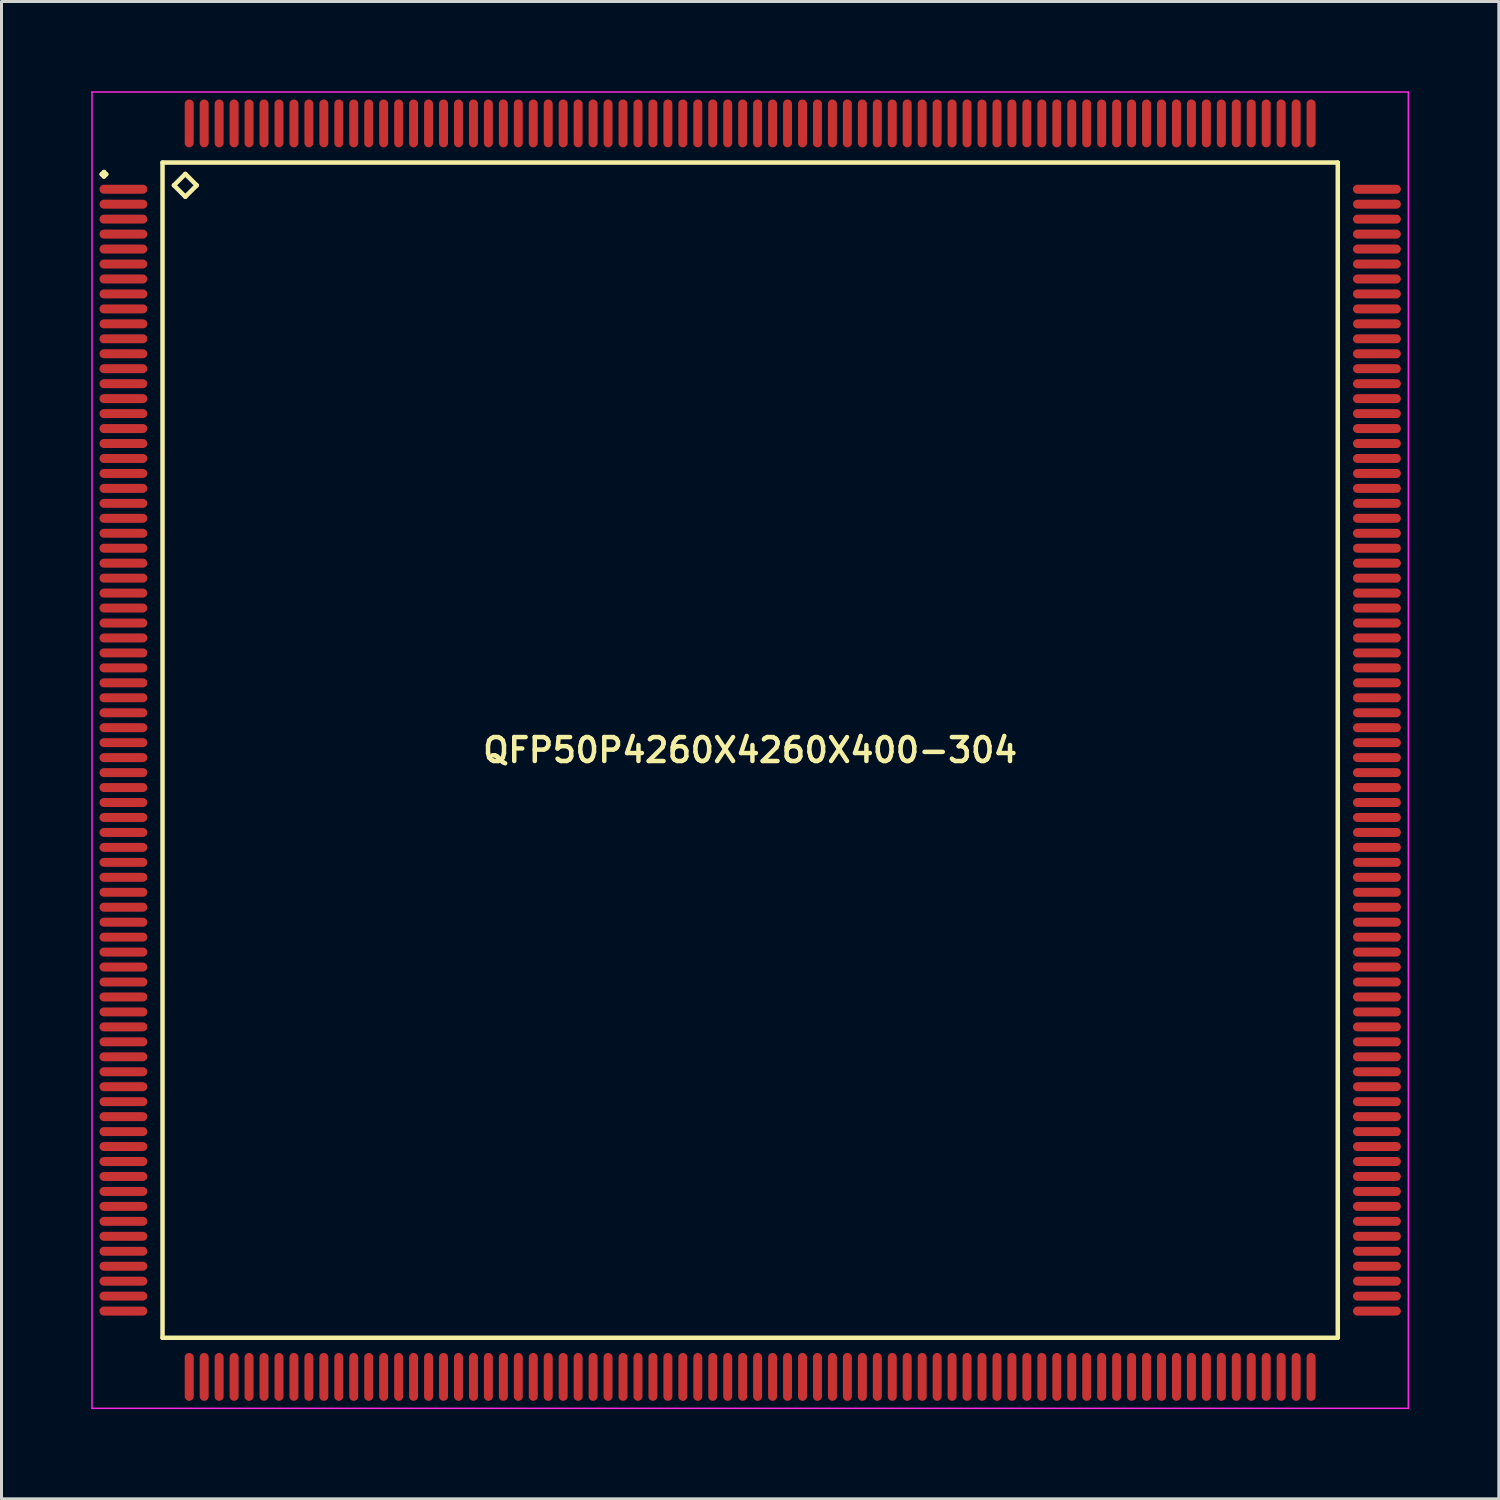
<source format=kicad_pcb>
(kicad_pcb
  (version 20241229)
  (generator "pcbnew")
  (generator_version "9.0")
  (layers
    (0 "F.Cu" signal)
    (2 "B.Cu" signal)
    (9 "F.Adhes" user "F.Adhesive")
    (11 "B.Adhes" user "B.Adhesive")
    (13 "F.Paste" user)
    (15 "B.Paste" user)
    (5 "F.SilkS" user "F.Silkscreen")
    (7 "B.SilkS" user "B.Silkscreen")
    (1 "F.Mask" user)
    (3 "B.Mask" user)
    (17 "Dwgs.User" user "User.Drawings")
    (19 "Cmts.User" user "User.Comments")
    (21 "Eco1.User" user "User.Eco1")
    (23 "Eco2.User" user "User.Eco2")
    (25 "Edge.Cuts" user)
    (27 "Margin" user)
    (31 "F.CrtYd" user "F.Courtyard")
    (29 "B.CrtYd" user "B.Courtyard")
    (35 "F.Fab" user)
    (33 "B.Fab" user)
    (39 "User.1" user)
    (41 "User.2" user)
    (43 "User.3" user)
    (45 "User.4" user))
  (footprint "QFP50P4260X4260X400-304"
    (layer "F.Cu")
    (at 22.025 22.025)
    (property "Reference" "QFP50P4260X4260X400-304" (at 0 0 0) (layer "F.SilkS") (effects (font (size 0.8 0.8) (thickness 0.15))))
    (attr smd)
    (fp_line (start -21.675 -19.25) (end -21.6 -19.325) (stroke (width 0.15) (type solid)) (layer "F.SilkS"))
    (fp_line (start -21.6 -19.325) (end -21.525 -19.25) (stroke (width 0.15) (type solid)) (layer "F.SilkS"))
    (fp_line (start -21.6 -19.175) (end -21.675 -19.25) (stroke (width 0.15) (type solid)) (layer "F.SilkS"))
    (fp_line (start -21.525 -19.25) (end -21.6 -19.175) (stroke (width 0.15) (type solid)) (layer "F.SilkS"))
    (fp_line (start -19.642 -19.642) (end -19.642 19.642) (stroke (width 0.15) (type solid)) (layer "F.SilkS"))
    (fp_line (start -19.642 19.642) (end 19.642 19.642) (stroke (width 0.15) (type solid)) (layer "F.SilkS"))
    (fp_line (start -19.261 -18.88) (end -18.88 -19.261) (stroke (width 0.15) (type solid)) (layer "F.SilkS"))
    (fp_line (start -18.88 -19.261) (end -18.499 -18.88) (stroke (width 0.15) (type solid)) (layer "F.SilkS"))
    (fp_line (start -18.88 -18.499) (end -19.261 -18.88) (stroke (width 0.15) (type solid)) (layer "F.SilkS"))
    (fp_line (start -18.499 -18.88) (end -18.88 -18.499) (stroke (width 0.15) (type solid)) (layer "F.SilkS"))
    (fp_line (start 19.642 -19.642) (end -19.642 -19.642) (stroke (width 0.15) (type solid)) (layer "F.SilkS"))
    (fp_line (start 19.642 19.642) (end 19.642 -19.642) (stroke (width 0.15) (type solid)) (layer "F.SilkS"))
    (fp_line (start -22 -22) (end 22 -22) (stroke (width 0.05) (type solid)) (layer "F.CrtYd"))
    (fp_line (start -22 22) (end -22 -22) (stroke (width 0.05) (type solid)) (layer "F.CrtYd"))
    (fp_line (start 22 -22) (end 22 22) (stroke (width 0.05) (type solid)) (layer "F.CrtYd"))
    (fp_line (start 22 22) (end -22 22) (stroke (width 0.05) (type solid)) (layer "F.CrtYd"))
    (pad "1" smd oval (at -20.95 -18.75) (size 1.6 0.3) (layers "F.Cu" "F.Mask" "F.Paste"))
    (pad "2" smd oval (at -20.95 -18.25) (size 1.6 0.3) (layers "F.Cu" "F.Mask" "F.Paste"))
    (pad "3" smd oval (at -20.95 -17.75) (size 1.6 0.3) (layers "F.Cu" "F.Mask" "F.Paste"))
    (pad "4" smd oval (at -20.95 -17.25) (size 1.6 0.3) (layers "F.Cu" "F.Mask" "F.Paste"))
    (pad "5" smd oval (at -20.95 -16.75) (size 1.6 0.3) (layers "F.Cu" "F.Mask" "F.Paste"))
    (pad "6" smd oval (at -20.95 -16.25) (size 1.6 0.3) (layers "F.Cu" "F.Mask" "F.Paste"))
    (pad "7" smd oval (at -20.95 -15.75) (size 1.6 0.3) (layers "F.Cu" "F.Mask" "F.Paste"))
    (pad "8" smd oval (at -20.95 -15.25) (size 1.6 0.3) (layers "F.Cu" "F.Mask" "F.Paste"))
    (pad "9" smd oval (at -20.95 -14.75) (size 1.6 0.3) (layers "F.Cu" "F.Mask" "F.Paste"))
    (pad "10" smd oval (at -20.95 -14.25) (size 1.6 0.3) (layers "F.Cu" "F.Mask" "F.Paste"))
    (pad "11" smd oval (at -20.95 -13.75) (size 1.6 0.3) (layers "F.Cu" "F.Mask" "F.Paste"))
    (pad "12" smd oval (at -20.95 -13.25) (size 1.6 0.3) (layers "F.Cu" "F.Mask" "F.Paste"))
    (pad "13" smd oval (at -20.95 -12.75) (size 1.6 0.3) (layers "F.Cu" "F.Mask" "F.Paste"))
    (pad "14" smd oval (at -20.95 -12.25) (size 1.6 0.3) (layers "F.Cu" "F.Mask" "F.Paste"))
    (pad "15" smd oval (at -20.95 -11.75) (size 1.6 0.3) (layers "F.Cu" "F.Mask" "F.Paste"))
    (pad "16" smd oval (at -20.95 -11.25) (size 1.6 0.3) (layers "F.Cu" "F.Mask" "F.Paste"))
    (pad "17" smd oval (at -20.95 -10.75) (size 1.6 0.3) (layers "F.Cu" "F.Mask" "F.Paste"))
    (pad "18" smd oval (at -20.95 -10.25) (size 1.6 0.3) (layers "F.Cu" "F.Mask" "F.Paste"))
    (pad "19" smd oval (at -20.95 -9.75) (size 1.6 0.3) (layers "F.Cu" "F.Mask" "F.Paste"))
    (pad "20" smd oval (at -20.95 -9.25) (size 1.6 0.3) (layers "F.Cu" "F.Mask" "F.Paste"))
    (pad "21" smd oval (at -20.95 -8.75) (size 1.6 0.3) (layers "F.Cu" "F.Mask" "F.Paste"))
    (pad "22" smd oval (at -20.95 -8.25) (size 1.6 0.3) (layers "F.Cu" "F.Mask" "F.Paste"))
    (pad "23" smd oval (at -20.95 -7.75) (size 1.6 0.3) (layers "F.Cu" "F.Mask" "F.Paste"))
    (pad "24" smd oval (at -20.95 -7.25) (size 1.6 0.3) (layers "F.Cu" "F.Mask" "F.Paste"))
    (pad "25" smd oval (at -20.95 -6.75) (size 1.6 0.3) (layers "F.Cu" "F.Mask" "F.Paste"))
    (pad "26" smd oval (at -20.95 -6.25) (size 1.6 0.3) (layers "F.Cu" "F.Mask" "F.Paste"))
    (pad "27" smd oval (at -20.95 -5.75) (size 1.6 0.3) (layers "F.Cu" "F.Mask" "F.Paste"))
    (pad "28" smd oval (at -20.95 -5.25) (size 1.6 0.3) (layers "F.Cu" "F.Mask" "F.Paste"))
    (pad "29" smd oval (at -20.95 -4.75) (size 1.6 0.3) (layers "F.Cu" "F.Mask" "F.Paste"))
    (pad "30" smd oval (at -20.95 -4.25) (size 1.6 0.3) (layers "F.Cu" "F.Mask" "F.Paste"))
    (pad "31" smd oval (at -20.95 -3.75) (size 1.6 0.3) (layers "F.Cu" "F.Mask" "F.Paste"))
    (pad "32" smd oval (at -20.95 -3.25) (size 1.6 0.3) (layers "F.Cu" "F.Mask" "F.Paste"))
    (pad "33" smd oval (at -20.95 -2.75) (size 1.6 0.3) (layers "F.Cu" "F.Mask" "F.Paste"))
    (pad "34" smd oval (at -20.95 -2.25) (size 1.6 0.3) (layers "F.Cu" "F.Mask" "F.Paste"))
    (pad "35" smd oval (at -20.95 -1.75) (size 1.6 0.3) (layers "F.Cu" "F.Mask" "F.Paste"))
    (pad "36" smd oval (at -20.95 -1.25) (size 1.6 0.3) (layers "F.Cu" "F.Mask" "F.Paste"))
    (pad "37" smd oval (at -20.95 -0.75) (size 1.6 0.3) (layers "F.Cu" "F.Mask" "F.Paste"))
    (pad "38" smd oval (at -20.95 -0.25) (size 1.6 0.3) (layers "F.Cu" "F.Mask" "F.Paste"))
    (pad "39" smd oval (at -20.95 0.25) (size 1.6 0.3) (layers "F.Cu" "F.Mask" "F.Paste"))
    (pad "40" smd oval (at -20.95 0.75) (size 1.6 0.3) (layers "F.Cu" "F.Mask" "F.Paste"))
    (pad "41" smd oval (at -20.95 1.25) (size 1.6 0.3) (layers "F.Cu" "F.Mask" "F.Paste"))
    (pad "42" smd oval (at -20.95 1.75) (size 1.6 0.3) (layers "F.Cu" "F.Mask" "F.Paste"))
    (pad "43" smd oval (at -20.95 2.25) (size 1.6 0.3) (layers "F.Cu" "F.Mask" "F.Paste"))
    (pad "44" smd oval (at -20.95 2.75) (size 1.6 0.3) (layers "F.Cu" "F.Mask" "F.Paste"))
    (pad "45" smd oval (at -20.95 3.25) (size 1.6 0.3) (layers "F.Cu" "F.Mask" "F.Paste"))
    (pad "46" smd oval (at -20.95 3.75) (size 1.6 0.3) (layers "F.Cu" "F.Mask" "F.Paste"))
    (pad "47" smd oval (at -20.95 4.25) (size 1.6 0.3) (layers "F.Cu" "F.Mask" "F.Paste"))
    (pad "48" smd oval (at -20.95 4.75) (size 1.6 0.3) (layers "F.Cu" "F.Mask" "F.Paste"))
    (pad "49" smd oval (at -20.95 5.25) (size 1.6 0.3) (layers "F.Cu" "F.Mask" "F.Paste"))
    (pad "50" smd oval (at -20.95 5.75) (size 1.6 0.3) (layers "F.Cu" "F.Mask" "F.Paste"))
    (pad "51" smd oval (at -20.95 6.25) (size 1.6 0.3) (layers "F.Cu" "F.Mask" "F.Paste"))
    (pad "52" smd oval (at -20.95 6.75) (size 1.6 0.3) (layers "F.Cu" "F.Mask" "F.Paste"))
    (pad "53" smd oval (at -20.95 7.25) (size 1.6 0.3) (layers "F.Cu" "F.Mask" "F.Paste"))
    (pad "54" smd oval (at -20.95 7.75) (size 1.6 0.3) (layers "F.Cu" "F.Mask" "F.Paste"))
    (pad "55" smd oval (at -20.95 8.25) (size 1.6 0.3) (layers "F.Cu" "F.Mask" "F.Paste"))
    (pad "56" smd oval (at -20.95 8.75) (size 1.6 0.3) (layers "F.Cu" "F.Mask" "F.Paste"))
    (pad "57" smd oval (at -20.95 9.25) (size 1.6 0.3) (layers "F.Cu" "F.Mask" "F.Paste"))
    (pad "58" smd oval (at -20.95 9.75) (size 1.6 0.3) (layers "F.Cu" "F.Mask" "F.Paste"))
    (pad "59" smd oval (at -20.95 10.25) (size 1.6 0.3) (layers "F.Cu" "F.Mask" "F.Paste"))
    (pad "60" smd oval (at -20.95 10.75) (size 1.6 0.3) (layers "F.Cu" "F.Mask" "F.Paste"))
    (pad "61" smd oval (at -20.95 11.25) (size 1.6 0.3) (layers "F.Cu" "F.Mask" "F.Paste"))
    (pad "62" smd oval (at -20.95 11.75) (size 1.6 0.3) (layers "F.Cu" "F.Mask" "F.Paste"))
    (pad "63" smd oval (at -20.95 12.25) (size 1.6 0.3) (layers "F.Cu" "F.Mask" "F.Paste"))
    (pad "64" smd oval (at -20.95 12.75) (size 1.6 0.3) (layers "F.Cu" "F.Mask" "F.Paste"))
    (pad "65" smd oval (at -20.95 13.25) (size 1.6 0.3) (layers "F.Cu" "F.Mask" "F.Paste"))
    (pad "66" smd oval (at -20.95 13.75) (size 1.6 0.3) (layers "F.Cu" "F.Mask" "F.Paste"))
    (pad "67" smd oval (at -20.95 14.25) (size 1.6 0.3) (layers "F.Cu" "F.Mask" "F.Paste"))
    (pad "68" smd oval (at -20.95 14.75) (size 1.6 0.3) (layers "F.Cu" "F.Mask" "F.Paste"))
    (pad "69" smd oval (at -20.95 15.25) (size 1.6 0.3) (layers "F.Cu" "F.Mask" "F.Paste"))
    (pad "70" smd oval (at -20.95 15.75) (size 1.6 0.3) (layers "F.Cu" "F.Mask" "F.Paste"))
    (pad "71" smd oval (at -20.95 16.25) (size 1.6 0.3) (layers "F.Cu" "F.Mask" "F.Paste"))
    (pad "72" smd oval (at -20.95 16.75) (size 1.6 0.3) (layers "F.Cu" "F.Mask" "F.Paste"))
    (pad "73" smd oval (at -20.95 17.25) (size 1.6 0.3) (layers "F.Cu" "F.Mask" "F.Paste"))
    (pad "74" smd oval (at -20.95 17.75) (size 1.6 0.3) (layers "F.Cu" "F.Mask" "F.Paste"))
    (pad "75" smd oval (at -20.95 18.25) (size 1.6 0.3) (layers "F.Cu" "F.Mask" "F.Paste"))
    (pad "76" smd oval (at -20.95 18.75) (size 1.6 0.3) (layers "F.Cu" "F.Mask" "F.Paste"))
    (pad "77" smd oval (at -18.75 20.95) (size 0.3 1.6) (layers "F.Cu" "F.Mask" "F.Paste"))
    (pad "78" smd oval (at -18.25 20.95) (size 0.3 1.6) (layers "F.Cu" "F.Mask" "F.Paste"))
    (pad "79" smd oval (at -17.75 20.95) (size 0.3 1.6) (layers "F.Cu" "F.Mask" "F.Paste"))
    (pad "80" smd oval (at -17.25 20.95) (size 0.3 1.6) (layers "F.Cu" "F.Mask" "F.Paste"))
    (pad "81" smd oval (at -16.75 20.95) (size 0.3 1.6) (layers "F.Cu" "F.Mask" "F.Paste"))
    (pad "82" smd oval (at -16.25 20.95) (size 0.3 1.6) (layers "F.Cu" "F.Mask" "F.Paste"))
    (pad "83" smd oval (at -15.75 20.95) (size 0.3 1.6) (layers "F.Cu" "F.Mask" "F.Paste"))
    (pad "84" smd oval (at -15.25 20.95) (size 0.3 1.6) (layers "F.Cu" "F.Mask" "F.Paste"))
    (pad "85" smd oval (at -14.75 20.95) (size 0.3 1.6) (layers "F.Cu" "F.Mask" "F.Paste"))
    (pad "86" smd oval (at -14.25 20.95) (size 0.3 1.6) (layers "F.Cu" "F.Mask" "F.Paste"))
    (pad "87" smd oval (at -13.75 20.95) (size 0.3 1.6) (layers "F.Cu" "F.Mask" "F.Paste"))
    (pad "88" smd oval (at -13.25 20.95) (size 0.3 1.6) (layers "F.Cu" "F.Mask" "F.Paste"))
    (pad "89" smd oval (at -12.75 20.95) (size 0.3 1.6) (layers "F.Cu" "F.Mask" "F.Paste"))
    (pad "90" smd oval (at -12.25 20.95) (size 0.3 1.6) (layers "F.Cu" "F.Mask" "F.Paste"))
    (pad "91" smd oval (at -11.75 20.95) (size 0.3 1.6) (layers "F.Cu" "F.Mask" "F.Paste"))
    (pad "92" smd oval (at -11.25 20.95) (size 0.3 1.6) (layers "F.Cu" "F.Mask" "F.Paste"))
    (pad "93" smd oval (at -10.75 20.95) (size 0.3 1.6) (layers "F.Cu" "F.Mask" "F.Paste"))
    (pad "94" smd oval (at -10.25 20.95) (size 0.3 1.6) (layers "F.Cu" "F.Mask" "F.Paste"))
    (pad "95" smd oval (at -9.75 20.95) (size 0.3 1.6) (layers "F.Cu" "F.Mask" "F.Paste"))
    (pad "96" smd oval (at -9.25 20.95) (size 0.3 1.6) (layers "F.Cu" "F.Mask" "F.Paste"))
    (pad "97" smd oval (at -8.75 20.95) (size 0.3 1.6) (layers "F.Cu" "F.Mask" "F.Paste"))
    (pad "98" smd oval (at -8.25 20.95) (size 0.3 1.6) (layers "F.Cu" "F.Mask" "F.Paste"))
    (pad "99" smd oval (at -7.75 20.95) (size 0.3 1.6) (layers "F.Cu" "F.Mask" "F.Paste"))
    (pad "100" smd oval (at -7.25 20.95) (size 0.3 1.6) (layers "F.Cu" "F.Mask" "F.Paste"))
    (pad "101" smd oval (at -6.75 20.95) (size 0.3 1.6) (layers "F.Cu" "F.Mask" "F.Paste"))
    (pad "102" smd oval (at -6.25 20.95) (size 0.3 1.6) (layers "F.Cu" "F.Mask" "F.Paste"))
    (pad "103" smd oval (at -5.75 20.95) (size 0.3 1.6) (layers "F.Cu" "F.Mask" "F.Paste"))
    (pad "104" smd oval (at -5.25 20.95) (size 0.3 1.6) (layers "F.Cu" "F.Mask" "F.Paste"))
    (pad "105" smd oval (at -4.75 20.95) (size 0.3 1.6) (layers "F.Cu" "F.Mask" "F.Paste"))
    (pad "106" smd oval (at -4.25 20.95) (size 0.3 1.6) (layers "F.Cu" "F.Mask" "F.Paste"))
    (pad "107" smd oval (at -3.75 20.95) (size 0.3 1.6) (layers "F.Cu" "F.Mask" "F.Paste"))
    (pad "108" smd oval (at -3.25 20.95) (size 0.3 1.6) (layers "F.Cu" "F.Mask" "F.Paste"))
    (pad "109" smd oval (at -2.75 20.95) (size 0.3 1.6) (layers "F.Cu" "F.Mask" "F.Paste"))
    (pad "110" smd oval (at -2.25 20.95) (size 0.3 1.6) (layers "F.Cu" "F.Mask" "F.Paste"))
    (pad "111" smd oval (at -1.75 20.95) (size 0.3 1.6) (layers "F.Cu" "F.Mask" "F.Paste"))
    (pad "112" smd oval (at -1.25 20.95) (size 0.3 1.6) (layers "F.Cu" "F.Mask" "F.Paste"))
    (pad "113" smd oval (at -0.75 20.95) (size 0.3 1.6) (layers "F.Cu" "F.Mask" "F.Paste"))
    (pad "114" smd oval (at -0.25 20.95) (size 0.3 1.6) (layers "F.Cu" "F.Mask" "F.Paste"))
    (pad "115" smd oval (at 0.25 20.95) (size 0.3 1.6) (layers "F.Cu" "F.Mask" "F.Paste"))
    (pad "116" smd oval (at 0.75 20.95) (size 0.3 1.6) (layers "F.Cu" "F.Mask" "F.Paste"))
    (pad "117" smd oval (at 1.25 20.95) (size 0.3 1.6) (layers "F.Cu" "F.Mask" "F.Paste"))
    (pad "118" smd oval (at 1.75 20.95) (size 0.3 1.6) (layers "F.Cu" "F.Mask" "F.Paste"))
    (pad "119" smd oval (at 2.25 20.95) (size 0.3 1.6) (layers "F.Cu" "F.Mask" "F.Paste"))
    (pad "120" smd oval (at 2.75 20.95) (size 0.3 1.6) (layers "F.Cu" "F.Mask" "F.Paste"))
    (pad "121" smd oval (at 3.25 20.95) (size 0.3 1.6) (layers "F.Cu" "F.Mask" "F.Paste"))
    (pad "122" smd oval (at 3.75 20.95) (size 0.3 1.6) (layers "F.Cu" "F.Mask" "F.Paste"))
    (pad "123" smd oval (at 4.25 20.95) (size 0.3 1.6) (layers "F.Cu" "F.Mask" "F.Paste"))
    (pad "124" smd oval (at 4.75 20.95) (size 0.3 1.6) (layers "F.Cu" "F.Mask" "F.Paste"))
    (pad "125" smd oval (at 5.25 20.95) (size 0.3 1.6) (layers "F.Cu" "F.Mask" "F.Paste"))
    (pad "126" smd oval (at 5.75 20.95) (size 0.3 1.6) (layers "F.Cu" "F.Mask" "F.Paste"))
    (pad "127" smd oval (at 6.25 20.95) (size 0.3 1.6) (layers "F.Cu" "F.Mask" "F.Paste"))
    (pad "128" smd oval (at 6.75 20.95) (size 0.3 1.6) (layers "F.Cu" "F.Mask" "F.Paste"))
    (pad "129" smd oval (at 7.25 20.95) (size 0.3 1.6) (layers "F.Cu" "F.Mask" "F.Paste"))
    (pad "130" smd oval (at 7.75 20.95) (size 0.3 1.6) (layers "F.Cu" "F.Mask" "F.Paste"))
    (pad "131" smd oval (at 8.25 20.95) (size 0.3 1.6) (layers "F.Cu" "F.Mask" "F.Paste"))
    (pad "132" smd oval (at 8.75 20.95) (size 0.3 1.6) (layers "F.Cu" "F.Mask" "F.Paste"))
    (pad "133" smd oval (at 9.25 20.95) (size 0.3 1.6) (layers "F.Cu" "F.Mask" "F.Paste"))
    (pad "134" smd oval (at 9.75 20.95) (size 0.3 1.6) (layers "F.Cu" "F.Mask" "F.Paste"))
    (pad "135" smd oval (at 10.25 20.95) (size 0.3 1.6) (layers "F.Cu" "F.Mask" "F.Paste"))
    (pad "136" smd oval (at 10.75 20.95) (size 0.3 1.6) (layers "F.Cu" "F.Mask" "F.Paste"))
    (pad "137" smd oval (at 11.25 20.95) (size 0.3 1.6) (layers "F.Cu" "F.Mask" "F.Paste"))
    (pad "138" smd oval (at 11.75 20.95) (size 0.3 1.6) (layers "F.Cu" "F.Mask" "F.Paste"))
    (pad "139" smd oval (at 12.25 20.95) (size 0.3 1.6) (layers "F.Cu" "F.Mask" "F.Paste"))
    (pad "140" smd oval (at 12.75 20.95) (size 0.3 1.6) (layers "F.Cu" "F.Mask" "F.Paste"))
    (pad "141" smd oval (at 13.25 20.95) (size 0.3 1.6) (layers "F.Cu" "F.Mask" "F.Paste"))
    (pad "142" smd oval (at 13.75 20.95) (size 0.3 1.6) (layers "F.Cu" "F.Mask" "F.Paste"))
    (pad "143" smd oval (at 14.25 20.95) (size 0.3 1.6) (layers "F.Cu" "F.Mask" "F.Paste"))
    (pad "144" smd oval (at 14.75 20.95) (size 0.3 1.6) (layers "F.Cu" "F.Mask" "F.Paste"))
    (pad "145" smd oval (at 15.25 20.95) (size 0.3 1.6) (layers "F.Cu" "F.Mask" "F.Paste"))
    (pad "146" smd oval (at 15.75 20.95) (size 0.3 1.6) (layers "F.Cu" "F.Mask" "F.Paste"))
    (pad "147" smd oval (at 16.25 20.95) (size 0.3 1.6) (layers "F.Cu" "F.Mask" "F.Paste"))
    (pad "148" smd oval (at 16.75 20.95) (size 0.3 1.6) (layers "F.Cu" "F.Mask" "F.Paste"))
    (pad "149" smd oval (at 17.25 20.95) (size 0.3 1.6) (layers "F.Cu" "F.Mask" "F.Paste"))
    (pad "150" smd oval (at 17.75 20.95) (size 0.3 1.6) (layers "F.Cu" "F.Mask" "F.Paste"))
    (pad "151" smd oval (at 18.25 20.95) (size 0.3 1.6) (layers "F.Cu" "F.Mask" "F.Paste"))
    (pad "152" smd oval (at 18.75 20.95) (size 0.3 1.6) (layers "F.Cu" "F.Mask" "F.Paste"))
    (pad "153" smd oval (at 20.95 18.75) (size 1.6 0.3) (layers "F.Cu" "F.Mask" "F.Paste"))
    (pad "154" smd oval (at 20.95 18.25) (size 1.6 0.3) (layers "F.Cu" "F.Mask" "F.Paste"))
    (pad "155" smd oval (at 20.95 17.75) (size 1.6 0.3) (layers "F.Cu" "F.Mask" "F.Paste"))
    (pad "156" smd oval (at 20.95 17.25) (size 1.6 0.3) (layers "F.Cu" "F.Mask" "F.Paste"))
    (pad "157" smd oval (at 20.95 16.75) (size 1.6 0.3) (layers "F.Cu" "F.Mask" "F.Paste"))
    (pad "158" smd oval (at 20.95 16.25) (size 1.6 0.3) (layers "F.Cu" "F.Mask" "F.Paste"))
    (pad "159" smd oval (at 20.95 15.75) (size 1.6 0.3) (layers "F.Cu" "F.Mask" "F.Paste"))
    (pad "160" smd oval (at 20.95 15.25) (size 1.6 0.3) (layers "F.Cu" "F.Mask" "F.Paste"))
    (pad "161" smd oval (at 20.95 14.75) (size 1.6 0.3) (layers "F.Cu" "F.Mask" "F.Paste"))
    (pad "162" smd oval (at 20.95 14.25) (size 1.6 0.3) (layers "F.Cu" "F.Mask" "F.Paste"))
    (pad "163" smd oval (at 20.95 13.75) (size 1.6 0.3) (layers "F.Cu" "F.Mask" "F.Paste"))
    (pad "164" smd oval (at 20.95 13.25) (size 1.6 0.3) (layers "F.Cu" "F.Mask" "F.Paste"))
    (pad "165" smd oval (at 20.95 12.75) (size 1.6 0.3) (layers "F.Cu" "F.Mask" "F.Paste"))
    (pad "166" smd oval (at 20.95 12.25) (size 1.6 0.3) (layers "F.Cu" "F.Mask" "F.Paste"))
    (pad "167" smd oval (at 20.95 11.75) (size 1.6 0.3) (layers "F.Cu" "F.Mask" "F.Paste"))
    (pad "168" smd oval (at 20.95 11.25) (size 1.6 0.3) (layers "F.Cu" "F.Mask" "F.Paste"))
    (pad "169" smd oval (at 20.95 10.75) (size 1.6 0.3) (layers "F.Cu" "F.Mask" "F.Paste"))
    (pad "170" smd oval (at 20.95 10.25) (size 1.6 0.3) (layers "F.Cu" "F.Mask" "F.Paste"))
    (pad "171" smd oval (at 20.95 9.75) (size 1.6 0.3) (layers "F.Cu" "F.Mask" "F.Paste"))
    (pad "172" smd oval (at 20.95 9.25) (size 1.6 0.3) (layers "F.Cu" "F.Mask" "F.Paste"))
    (pad "173" smd oval (at 20.95 8.75) (size 1.6 0.3) (layers "F.Cu" "F.Mask" "F.Paste"))
    (pad "174" smd oval (at 20.95 8.25) (size 1.6 0.3) (layers "F.Cu" "F.Mask" "F.Paste"))
    (pad "175" smd oval (at 20.95 7.75) (size 1.6 0.3) (layers "F.Cu" "F.Mask" "F.Paste"))
    (pad "176" smd oval (at 20.95 7.25) (size 1.6 0.3) (layers "F.Cu" "F.Mask" "F.Paste"))
    (pad "177" smd oval (at 20.95 6.75) (size 1.6 0.3) (layers "F.Cu" "F.Mask" "F.Paste"))
    (pad "178" smd oval (at 20.95 6.25) (size 1.6 0.3) (layers "F.Cu" "F.Mask" "F.Paste"))
    (pad "179" smd oval (at 20.95 5.75) (size 1.6 0.3) (layers "F.Cu" "F.Mask" "F.Paste"))
    (pad "180" smd oval (at 20.95 5.25) (size 1.6 0.3) (layers "F.Cu" "F.Mask" "F.Paste"))
    (pad "181" smd oval (at 20.95 4.75) (size 1.6 0.3) (layers "F.Cu" "F.Mask" "F.Paste"))
    (pad "182" smd oval (at 20.95 4.25) (size 1.6 0.3) (layers "F.Cu" "F.Mask" "F.Paste"))
    (pad "183" smd oval (at 20.95 3.75) (size 1.6 0.3) (layers "F.Cu" "F.Mask" "F.Paste"))
    (pad "184" smd oval (at 20.95 3.25) (size 1.6 0.3) (layers "F.Cu" "F.Mask" "F.Paste"))
    (pad "185" smd oval (at 20.95 2.75) (size 1.6 0.3) (layers "F.Cu" "F.Mask" "F.Paste"))
    (pad "186" smd oval (at 20.95 2.25) (size 1.6 0.3) (layers "F.Cu" "F.Mask" "F.Paste"))
    (pad "187" smd oval (at 20.95 1.75) (size 1.6 0.3) (layers "F.Cu" "F.Mask" "F.Paste"))
    (pad "188" smd oval (at 20.95 1.25) (size 1.6 0.3) (layers "F.Cu" "F.Mask" "F.Paste"))
    (pad "189" smd oval (at 20.95 0.75) (size 1.6 0.3) (layers "F.Cu" "F.Mask" "F.Paste"))
    (pad "190" smd oval (at 20.95 0.25) (size 1.6 0.3) (layers "F.Cu" "F.Mask" "F.Paste"))
    (pad "191" smd oval (at 20.95 -0.25) (size 1.6 0.3) (layers "F.Cu" "F.Mask" "F.Paste"))
    (pad "192" smd oval (at 20.95 -0.75) (size 1.6 0.3) (layers "F.Cu" "F.Mask" "F.Paste"))
    (pad "193" smd oval (at 20.95 -1.25) (size 1.6 0.3) (layers "F.Cu" "F.Mask" "F.Paste"))
    (pad "194" smd oval (at 20.95 -1.75) (size 1.6 0.3) (layers "F.Cu" "F.Mask" "F.Paste"))
    (pad "195" smd oval (at 20.95 -2.25) (size 1.6 0.3) (layers "F.Cu" "F.Mask" "F.Paste"))
    (pad "196" smd oval (at 20.95 -2.75) (size 1.6 0.3) (layers "F.Cu" "F.Mask" "F.Paste"))
    (pad "197" smd oval (at 20.95 -3.25) (size 1.6 0.3) (layers "F.Cu" "F.Mask" "F.Paste"))
    (pad "198" smd oval (at 20.95 -3.75) (size 1.6 0.3) (layers "F.Cu" "F.Mask" "F.Paste"))
    (pad "199" smd oval (at 20.95 -4.25) (size 1.6 0.3) (layers "F.Cu" "F.Mask" "F.Paste"))
    (pad "200" smd oval (at 20.95 -4.75) (size 1.6 0.3) (layers "F.Cu" "F.Mask" "F.Paste"))
    (pad "201" smd oval (at 20.95 -5.25) (size 1.6 0.3) (layers "F.Cu" "F.Mask" "F.Paste"))
    (pad "202" smd oval (at 20.95 -5.75) (size 1.6 0.3) (layers "F.Cu" "F.Mask" "F.Paste"))
    (pad "203" smd oval (at 20.95 -6.25) (size 1.6 0.3) (layers "F.Cu" "F.Mask" "F.Paste"))
    (pad "204" smd oval (at 20.95 -6.75) (size 1.6 0.3) (layers "F.Cu" "F.Mask" "F.Paste"))
    (pad "205" smd oval (at 20.95 -7.25) (size 1.6 0.3) (layers "F.Cu" "F.Mask" "F.Paste"))
    (pad "206" smd oval (at 20.95 -7.75) (size 1.6 0.3) (layers "F.Cu" "F.Mask" "F.Paste"))
    (pad "207" smd oval (at 20.95 -8.25) (size 1.6 0.3) (layers "F.Cu" "F.Mask" "F.Paste"))
    (pad "208" smd oval (at 20.95 -8.75) (size 1.6 0.3) (layers "F.Cu" "F.Mask" "F.Paste"))
    (pad "209" smd oval (at 20.95 -9.25) (size 1.6 0.3) (layers "F.Cu" "F.Mask" "F.Paste"))
    (pad "210" smd oval (at 20.95 -9.75) (size 1.6 0.3) (layers "F.Cu" "F.Mask" "F.Paste"))
    (pad "211" smd oval (at 20.95 -10.25) (size 1.6 0.3) (layers "F.Cu" "F.Mask" "F.Paste"))
    (pad "212" smd oval (at 20.95 -10.75) (size 1.6 0.3) (layers "F.Cu" "F.Mask" "F.Paste"))
    (pad "213" smd oval (at 20.95 -11.25) (size 1.6 0.3) (layers "F.Cu" "F.Mask" "F.Paste"))
    (pad "214" smd oval (at 20.95 -11.75) (size 1.6 0.3) (layers "F.Cu" "F.Mask" "F.Paste"))
    (pad "215" smd oval (at 20.95 -12.25) (size 1.6 0.3) (layers "F.Cu" "F.Mask" "F.Paste"))
    (pad "216" smd oval (at 20.95 -12.75) (size 1.6 0.3) (layers "F.Cu" "F.Mask" "F.Paste"))
    (pad "217" smd oval (at 20.95 -13.25) (size 1.6 0.3) (layers "F.Cu" "F.Mask" "F.Paste"))
    (pad "218" smd oval (at 20.95 -13.75) (size 1.6 0.3) (layers "F.Cu" "F.Mask" "F.Paste"))
    (pad "219" smd oval (at 20.95 -14.25) (size 1.6 0.3) (layers "F.Cu" "F.Mask" "F.Paste"))
    (pad "220" smd oval (at 20.95 -14.75) (size 1.6 0.3) (layers "F.Cu" "F.Mask" "F.Paste"))
    (pad "221" smd oval (at 20.95 -15.25) (size 1.6 0.3) (layers "F.Cu" "F.Mask" "F.Paste"))
    (pad "222" smd oval (at 20.95 -15.75) (size 1.6 0.3) (layers "F.Cu" "F.Mask" "F.Paste"))
    (pad "223" smd oval (at 20.95 -16.25) (size 1.6 0.3) (layers "F.Cu" "F.Mask" "F.Paste"))
    (pad "224" smd oval (at 20.95 -16.75) (size 1.6 0.3) (layers "F.Cu" "F.Mask" "F.Paste"))
    (pad "225" smd oval (at 20.95 -17.25) (size 1.6 0.3) (layers "F.Cu" "F.Mask" "F.Paste"))
    (pad "226" smd oval (at 20.95 -17.75) (size 1.6 0.3) (layers "F.Cu" "F.Mask" "F.Paste"))
    (pad "227" smd oval (at 20.95 -18.25) (size 1.6 0.3) (layers "F.Cu" "F.Mask" "F.Paste"))
    (pad "228" smd oval (at 20.95 -18.75) (size 1.6 0.3) (layers "F.Cu" "F.Mask" "F.Paste"))
    (pad "229" smd oval (at 18.75 -20.95) (size 0.3 1.6) (layers "F.Cu" "F.Mask" "F.Paste"))
    (pad "230" smd oval (at 18.25 -20.95) (size 0.3 1.6) (layers "F.Cu" "F.Mask" "F.Paste"))
    (pad "231" smd oval (at 17.75 -20.95) (size 0.3 1.6) (layers "F.Cu" "F.Mask" "F.Paste"))
    (pad "232" smd oval (at 17.25 -20.95) (size 0.3 1.6) (layers "F.Cu" "F.Mask" "F.Paste"))
    (pad "233" smd oval (at 16.75 -20.95) (size 0.3 1.6) (layers "F.Cu" "F.Mask" "F.Paste"))
    (pad "234" smd oval (at 16.25 -20.95) (size 0.3 1.6) (layers "F.Cu" "F.Mask" "F.Paste"))
    (pad "235" smd oval (at 15.75 -20.95) (size 0.3 1.6) (layers "F.Cu" "F.Mask" "F.Paste"))
    (pad "236" smd oval (at 15.25 -20.95) (size 0.3 1.6) (layers "F.Cu" "F.Mask" "F.Paste"))
    (pad "237" smd oval (at 14.75 -20.95) (size 0.3 1.6) (layers "F.Cu" "F.Mask" "F.Paste"))
    (pad "238" smd oval (at 14.25 -20.95) (size 0.3 1.6) (layers "F.Cu" "F.Mask" "F.Paste"))
    (pad "239" smd oval (at 13.75 -20.95) (size 0.3 1.6) (layers "F.Cu" "F.Mask" "F.Paste"))
    (pad "240" smd oval (at 13.25 -20.95) (size 0.3 1.6) (layers "F.Cu" "F.Mask" "F.Paste"))
    (pad "241" smd oval (at 12.75 -20.95) (size 0.3 1.6) (layers "F.Cu" "F.Mask" "F.Paste"))
    (pad "242" smd oval (at 12.25 -20.95) (size 0.3 1.6) (layers "F.Cu" "F.Mask" "F.Paste"))
    (pad "243" smd oval (at 11.75 -20.95) (size 0.3 1.6) (layers "F.Cu" "F.Mask" "F.Paste"))
    (pad "244" smd oval (at 11.25 -20.95) (size 0.3 1.6) (layers "F.Cu" "F.Mask" "F.Paste"))
    (pad "245" smd oval (at 10.75 -20.95) (size 0.3 1.6) (layers "F.Cu" "F.Mask" "F.Paste"))
    (pad "246" smd oval (at 10.25 -20.95) (size 0.3 1.6) (layers "F.Cu" "F.Mask" "F.Paste"))
    (pad "247" smd oval (at 9.75 -20.95) (size 0.3 1.6) (layers "F.Cu" "F.Mask" "F.Paste"))
    (pad "248" smd oval (at 9.25 -20.95) (size 0.3 1.6) (layers "F.Cu" "F.Mask" "F.Paste"))
    (pad "249" smd oval (at 8.75 -20.95) (size 0.3 1.6) (layers "F.Cu" "F.Mask" "F.Paste"))
    (pad "250" smd oval (at 8.25 -20.95) (size 0.3 1.6) (layers "F.Cu" "F.Mask" "F.Paste"))
    (pad "251" smd oval (at 7.75 -20.95) (size 0.3 1.6) (layers "F.Cu" "F.Mask" "F.Paste"))
    (pad "252" smd oval (at 7.25 -20.95) (size 0.3 1.6) (layers "F.Cu" "F.Mask" "F.Paste"))
    (pad "253" smd oval (at 6.75 -20.95) (size 0.3 1.6) (layers "F.Cu" "F.Mask" "F.Paste"))
    (pad "254" smd oval (at 6.25 -20.95) (size 0.3 1.6) (layers "F.Cu" "F.Mask" "F.Paste"))
    (pad "255" smd oval (at 5.75 -20.95) (size 0.3 1.6) (layers "F.Cu" "F.Mask" "F.Paste"))
    (pad "256" smd oval (at 5.25 -20.95) (size 0.3 1.6) (layers "F.Cu" "F.Mask" "F.Paste"))
    (pad "257" smd oval (at 4.75 -20.95) (size 0.3 1.6) (layers "F.Cu" "F.Mask" "F.Paste"))
    (pad "258" smd oval (at 4.25 -20.95) (size 0.3 1.6) (layers "F.Cu" "F.Mask" "F.Paste"))
    (pad "259" smd oval (at 3.75 -20.95) (size 0.3 1.6) (layers "F.Cu" "F.Mask" "F.Paste"))
    (pad "260" smd oval (at 3.25 -20.95) (size 0.3 1.6) (layers "F.Cu" "F.Mask" "F.Paste"))
    (pad "261" smd oval (at 2.75 -20.95) (size 0.3 1.6) (layers "F.Cu" "F.Mask" "F.Paste"))
    (pad "262" smd oval (at 2.25 -20.95) (size 0.3 1.6) (layers "F.Cu" "F.Mask" "F.Paste"))
    (pad "263" smd oval (at 1.75 -20.95) (size 0.3 1.6) (layers "F.Cu" "F.Mask" "F.Paste"))
    (pad "264" smd oval (at 1.25 -20.95) (size 0.3 1.6) (layers "F.Cu" "F.Mask" "F.Paste"))
    (pad "265" smd oval (at 0.75 -20.95) (size 0.3 1.6) (layers "F.Cu" "F.Mask" "F.Paste"))
    (pad "266" smd oval (at 0.25 -20.95) (size 0.3 1.6) (layers "F.Cu" "F.Mask" "F.Paste"))
    (pad "267" smd oval (at -0.25 -20.95) (size 0.3 1.6) (layers "F.Cu" "F.Mask" "F.Paste"))
    (pad "268" smd oval (at -0.75 -20.95) (size 0.3 1.6) (layers "F.Cu" "F.Mask" "F.Paste"))
    (pad "269" smd oval (at -1.25 -20.95) (size 0.3 1.6) (layers "F.Cu" "F.Mask" "F.Paste"))
    (pad "270" smd oval (at -1.75 -20.95) (size 0.3 1.6) (layers "F.Cu" "F.Mask" "F.Paste"))
    (pad "271" smd oval (at -2.25 -20.95) (size 0.3 1.6) (layers "F.Cu" "F.Mask" "F.Paste"))
    (pad "272" smd oval (at -2.75 -20.95) (size 0.3 1.6) (layers "F.Cu" "F.Mask" "F.Paste"))
    (pad "273" smd oval (at -3.25 -20.95) (size 0.3 1.6) (layers "F.Cu" "F.Mask" "F.Paste"))
    (pad "274" smd oval (at -3.75 -20.95) (size 0.3 1.6) (layers "F.Cu" "F.Mask" "F.Paste"))
    (pad "275" smd oval (at -4.25 -20.95) (size 0.3 1.6) (layers "F.Cu" "F.Mask" "F.Paste"))
    (pad "276" smd oval (at -4.75 -20.95) (size 0.3 1.6) (layers "F.Cu" "F.Mask" "F.Paste"))
    (pad "277" smd oval (at -5.25 -20.95) (size 0.3 1.6) (layers "F.Cu" "F.Mask" "F.Paste"))
    (pad "278" smd oval (at -5.75 -20.95) (size 0.3 1.6) (layers "F.Cu" "F.Mask" "F.Paste"))
    (pad "279" smd oval (at -6.25 -20.95) (size 0.3 1.6) (layers "F.Cu" "F.Mask" "F.Paste"))
    (pad "280" smd oval (at -6.75 -20.95) (size 0.3 1.6) (layers "F.Cu" "F.Mask" "F.Paste"))
    (pad "281" smd oval (at -7.25 -20.95) (size 0.3 1.6) (layers "F.Cu" "F.Mask" "F.Paste"))
    (pad "282" smd oval (at -7.75 -20.95) (size 0.3 1.6) (layers "F.Cu" "F.Mask" "F.Paste"))
    (pad "283" smd oval (at -8.25 -20.95) (size 0.3 1.6) (layers "F.Cu" "F.Mask" "F.Paste"))
    (pad "284" smd oval (at -8.75 -20.95) (size 0.3 1.6) (layers "F.Cu" "F.Mask" "F.Paste"))
    (pad "285" smd oval (at -9.25 -20.95) (size 0.3 1.6) (layers "F.Cu" "F.Mask" "F.Paste"))
    (pad "286" smd oval (at -9.75 -20.95) (size 0.3 1.6) (layers "F.Cu" "F.Mask" "F.Paste"))
    (pad "287" smd oval (at -10.25 -20.95) (size 0.3 1.6) (layers "F.Cu" "F.Mask" "F.Paste"))
    (pad "288" smd oval (at -10.75 -20.95) (size 0.3 1.6) (layers "F.Cu" "F.Mask" "F.Paste"))
    (pad "289" smd oval (at -11.25 -20.95) (size 0.3 1.6) (layers "F.Cu" "F.Mask" "F.Paste"))
    (pad "290" smd oval (at -11.75 -20.95) (size 0.3 1.6) (layers "F.Cu" "F.Mask" "F.Paste"))
    (pad "291" smd oval (at -12.25 -20.95) (size 0.3 1.6) (layers "F.Cu" "F.Mask" "F.Paste"))
    (pad "292" smd oval (at -12.75 -20.95) (size 0.3 1.6) (layers "F.Cu" "F.Mask" "F.Paste"))
    (pad "293" smd oval (at -13.25 -20.95) (size 0.3 1.6) (layers "F.Cu" "F.Mask" "F.Paste"))
    (pad "294" smd oval (at -13.75 -20.95) (size 0.3 1.6) (layers "F.Cu" "F.Mask" "F.Paste"))
    (pad "295" smd oval (at -14.25 -20.95) (size 0.3 1.6) (layers "F.Cu" "F.Mask" "F.Paste"))
    (pad "296" smd oval (at -14.75 -20.95) (size 0.3 1.6) (layers "F.Cu" "F.Mask" "F.Paste"))
    (pad "297" smd oval (at -15.25 -20.95) (size 0.3 1.6) (layers "F.Cu" "F.Mask" "F.Paste"))
    (pad "298" smd oval (at -15.75 -20.95) (size 0.3 1.6) (layers "F.Cu" "F.Mask" "F.Paste"))
    (pad "299" smd oval (at -16.25 -20.95) (size 0.3 1.6) (layers "F.Cu" "F.Mask" "F.Paste"))
    (pad "300" smd oval (at -16.75 -20.95) (size 0.3 1.6) (layers "F.Cu" "F.Mask" "F.Paste"))
    (pad "301" smd oval (at -17.25 -20.95) (size 0.3 1.6) (layers "F.Cu" "F.Mask" "F.Paste"))
    (pad "302" smd oval (at -17.75 -20.95) (size 0.3 1.6) (layers "F.Cu" "F.Mask" "F.Paste"))
    (pad "303" smd oval (at -18.25 -20.95) (size 0.3 1.6) (layers "F.Cu" "F.Mask" "F.Paste"))
    (pad "304" smd oval (at -18.75 -20.95) (size 0.3 1.6) (layers "F.Cu" "F.Mask" "F.Paste")))
  (gr_rect
    (start -3 -3)
    (end 47.05 47.05)
    (stroke (width 0.1) (type default))
    (fill no)
    (layer "Edge.Cuts")))
</source>
